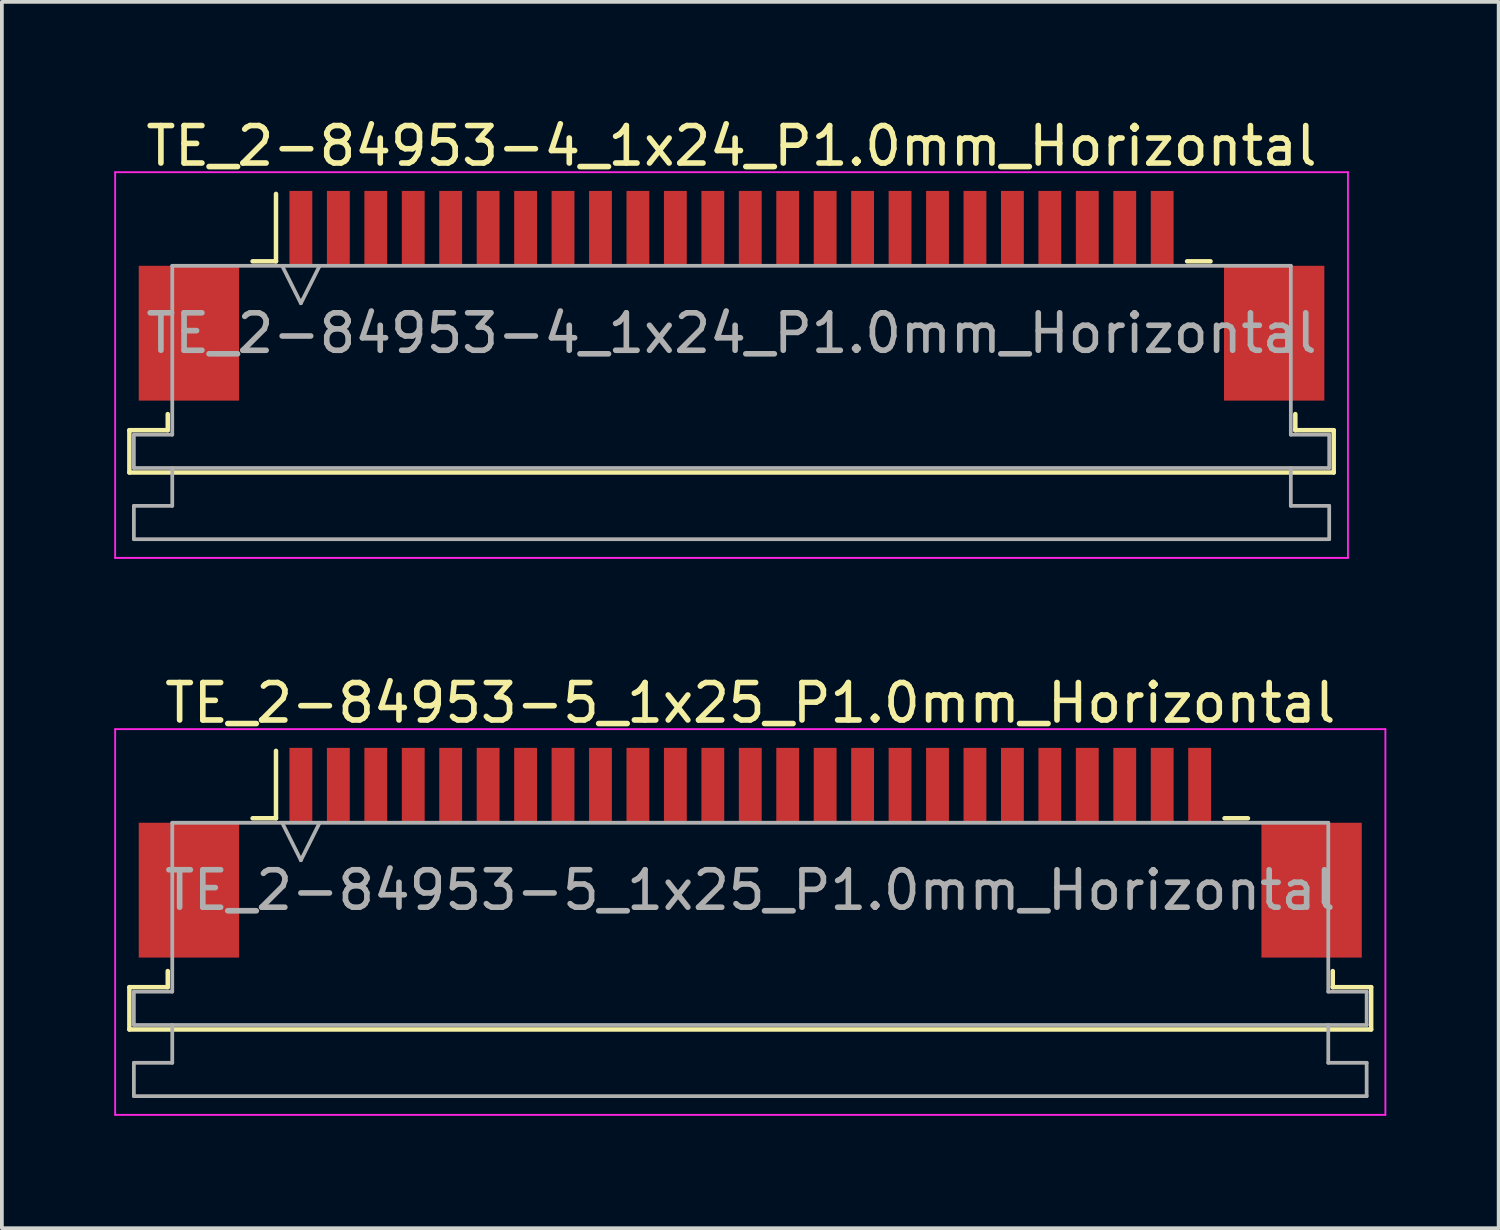
<source format=kicad_pcb>
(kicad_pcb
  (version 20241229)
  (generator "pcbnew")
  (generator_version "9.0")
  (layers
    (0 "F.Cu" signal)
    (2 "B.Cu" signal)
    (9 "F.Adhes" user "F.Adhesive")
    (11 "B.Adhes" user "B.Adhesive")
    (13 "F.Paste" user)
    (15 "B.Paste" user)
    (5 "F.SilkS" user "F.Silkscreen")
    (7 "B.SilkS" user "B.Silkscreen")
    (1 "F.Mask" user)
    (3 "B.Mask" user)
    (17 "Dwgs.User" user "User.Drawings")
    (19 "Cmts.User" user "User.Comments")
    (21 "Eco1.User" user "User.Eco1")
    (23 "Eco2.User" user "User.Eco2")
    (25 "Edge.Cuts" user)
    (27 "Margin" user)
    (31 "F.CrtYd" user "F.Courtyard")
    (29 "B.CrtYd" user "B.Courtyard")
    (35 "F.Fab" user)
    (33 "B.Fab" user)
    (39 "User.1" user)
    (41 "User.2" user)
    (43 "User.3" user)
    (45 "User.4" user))
  (footprint "TE_2-84953-5_1x25_P1.0mm_Horizontal"
    (layer "F.Cu")
    (at 16.985 19.721)
    (property "Reference" "TE_2-84953-5_1x25_P1.0mm_Horizontal" (at 0 -4 0) (layer "F.SilkS") (effects (font (size 1 1) (thickness 0.15))))
    (attr smd)
    (fp_line (start -16.58 3.59) (end -15.555 3.59) (stroke (width 0.12) (type solid)) (layer "F.SilkS"))
    (fp_line (start -16.58 4.72) (end -16.58 3.59) (stroke (width 0.12) (type solid)) (layer "F.SilkS"))
    (fp_line (start -15.555 3.59) (end -15.555 3.16) (stroke (width 0.12) (type solid)) (layer "F.SilkS"))
    (fp_line (start -13.29 -0.92) (end -12.665 -0.92) (stroke (width 0.12) (type solid)) (layer "F.SilkS"))
    (fp_line (start -12.665 -0.92) (end -12.665 -2.72) (stroke (width 0.12) (type solid)) (layer "F.SilkS"))
    (fp_line (start 12.665 -0.92) (end 13.29 -0.92) (stroke (width 0.12) (type solid)) (layer "F.SilkS"))
    (fp_line (start 15.555 3.16) (end 15.555 3.59) (stroke (width 0.12) (type solid)) (layer "F.SilkS"))
    (fp_line (start 15.555 3.59) (end 16.58 3.59) (stroke (width 0.12) (type solid)) (layer "F.SilkS"))
    (fp_line (start 16.58 3.59) (end 16.58 4.72) (stroke (width 0.12) (type solid)) (layer "F.SilkS"))
    (fp_line (start 16.58 4.72) (end -16.58 4.72) (stroke (width 0.12) (type solid)) (layer "F.SilkS"))
    (fp_line (start -16.96 -3.3) (end -16.96 7) (stroke (width 0.05) (type solid)) (layer "F.CrtYd"))
    (fp_line (start -16.96 7) (end 16.96 7) (stroke (width 0.05) (type solid)) (layer "F.CrtYd"))
    (fp_line (start 16.96 -3.3) (end -16.96 -3.3) (stroke (width 0.05) (type solid)) (layer "F.CrtYd"))
    (fp_line (start 16.96 7) (end 16.96 -3.3) (stroke (width 0.05) (type solid)) (layer "F.CrtYd"))
    (fp_line (start -16.46 3.71) (end -15.435 3.71) (stroke (width 0.1) (type solid)) (layer "F.Fab"))
    (fp_line (start -16.46 4.6) (end -16.46 3.71) (stroke (width 0.1) (type solid)) (layer "F.Fab"))
    (fp_line (start -16.46 5.61) (end -15.435 5.61) (stroke (width 0.1) (type solid)) (layer "F.Fab"))
    (fp_line (start -16.46 6.5) (end -16.46 5.61) (stroke (width 0.1) (type solid)) (layer "F.Fab"))
    (fp_line (start -15.435 -0.8) (end 15.435 -0.8) (stroke (width 0.1) (type solid)) (layer "F.Fab"))
    (fp_line (start -15.435 3.71) (end -15.435 -0.8) (stroke (width 0.1) (type solid)) (layer "F.Fab"))
    (fp_line (start -15.435 5.61) (end -15.435 4.6) (stroke (width 0.1) (type solid)) (layer "F.Fab"))
    (fp_line (start -12.5 -0.8) (end -12 0.2) (stroke (width 0.1) (type solid)) (layer "F.Fab"))
    (fp_line (start -12 0.2) (end -11.5 -0.8) (stroke (width 0.1) (type solid)) (layer "F.Fab"))
    (fp_line (start 15.435 -0.8) (end 15.435 3.71) (stroke (width 0.1) (type solid)) (layer "F.Fab"))
    (fp_line (start 15.435 3.71) (end 16.46 3.71) (stroke (width 0.1) (type solid)) (layer "F.Fab"))
    (fp_line (start 15.435 4.6) (end 15.435 5.61) (stroke (width 0.1) (type solid)) (layer "F.Fab"))
    (fp_line (start 15.435 5.61) (end 16.46 5.61) (stroke (width 0.1) (type solid)) (layer "F.Fab"))
    (fp_line (start 16.46 3.71) (end 16.46 4.6) (stroke (width 0.1) (type solid)) (layer "F.Fab"))
    (fp_line (start 16.46 4.6) (end -16.46 4.6) (stroke (width 0.1) (type solid)) (layer "F.Fab"))
    (fp_line (start 16.46 5.61) (end 16.46 6.5) (stroke (width 0.1) (type solid)) (layer "F.Fab"))
    (fp_line (start 16.46 6.5) (end -16.46 6.5) (stroke (width 0.1) (type solid)) (layer "F.Fab"))
    (fp_text user "${REFERENCE}" (at 0 1 0) (layer "F.Fab") (effects (font (size 1 1) (thickness 0.15))))
    (pad "" smd rect (at -14.99 1) (size 2.68 3.6) (layers "F.Cu" "F.Mask" "F.Paste"))
    (pad "" smd rect (at 14.99 1) (size 2.68 3.6) (layers "F.Cu" "F.Mask" "F.Paste"))
    (pad "1" smd rect (at -12 -1.8) (size 0.61 2) (layers "F.Cu" "F.Mask" "F.Paste"))
    (pad "2" smd rect (at -11 -1.8) (size 0.61 2) (layers "F.Cu" "F.Mask" "F.Paste"))
    (pad "3" smd rect (at -10 -1.8) (size 0.61 2) (layers "F.Cu" "F.Mask" "F.Paste"))
    (pad "4" smd rect (at -9 -1.8) (size 0.61 2) (layers "F.Cu" "F.Mask" "F.Paste"))
    (pad "5" smd rect (at -8 -1.8) (size 0.61 2) (layers "F.Cu" "F.Mask" "F.Paste"))
    (pad "6" smd rect (at -7 -1.8) (size 0.61 2) (layers "F.Cu" "F.Mask" "F.Paste"))
    (pad "7" smd rect (at -6 -1.8) (size 0.61 2) (layers "F.Cu" "F.Mask" "F.Paste"))
    (pad "8" smd rect (at -5 -1.8) (size 0.61 2) (layers "F.Cu" "F.Mask" "F.Paste"))
    (pad "9" smd rect (at -4 -1.8) (size 0.61 2) (layers "F.Cu" "F.Mask" "F.Paste"))
    (pad "10" smd rect (at -3 -1.8) (size 0.61 2) (layers "F.Cu" "F.Mask" "F.Paste"))
    (pad "11" smd rect (at -2 -1.8) (size 0.61 2) (layers "F.Cu" "F.Mask" "F.Paste"))
    (pad "12" smd rect (at -1 -1.8) (size 0.61 2) (layers "F.Cu" "F.Mask" "F.Paste"))
    (pad "13" smd rect (at 0 -1.8) (size 0.61 2) (layers "F.Cu" "F.Mask" "F.Paste"))
    (pad "14" smd rect (at 1 -1.8) (size 0.61 2) (layers "F.Cu" "F.Mask" "F.Paste"))
    (pad "15" smd rect (at 2 -1.8) (size 0.61 2) (layers "F.Cu" "F.Mask" "F.Paste"))
    (pad "16" smd rect (at 3 -1.8) (size 0.61 2) (layers "F.Cu" "F.Mask" "F.Paste"))
    (pad "17" smd rect (at 4 -1.8) (size 0.61 2) (layers "F.Cu" "F.Mask" "F.Paste"))
    (pad "18" smd rect (at 5 -1.8) (size 0.61 2) (layers "F.Cu" "F.Mask" "F.Paste"))
    (pad "19" smd rect (at 6 -1.8) (size 0.61 2) (layers "F.Cu" "F.Mask" "F.Paste"))
    (pad "20" smd rect (at 7 -1.8) (size 0.61 2) (layers "F.Cu" "F.Mask" "F.Paste"))
    (pad "21" smd rect (at 8 -1.8) (size 0.61 2) (layers "F.Cu" "F.Mask" "F.Paste"))
    (pad "22" smd rect (at 9 -1.8) (size 0.61 2) (layers "F.Cu" "F.Mask" "F.Paste"))
    (pad "23" smd rect (at 10 -1.8) (size 0.61 2) (layers "F.Cu" "F.Mask" "F.Paste"))
    (pad "24" smd rect (at 11 -1.8) (size 0.61 2) (layers "F.Cu" "F.Mask" "F.Paste"))
    (pad "25" smd rect (at 12 -1.8) (size 0.61 2) (layers "F.Cu" "F.Mask" "F.Paste")))
  (footprint "TE_2-84953-4_1x24_P1.0mm_Horizontal"
    (layer "F.Cu")
    (at 16.485 4.848)
    (property "Reference" "TE_2-84953-4_1x24_P1.0mm_Horizontal" (at 0 -4 0) (layer "F.SilkS") (effects (font (size 1 1) (thickness 0.15))))
    (attr smd)
    (fp_line (start -16.08 3.59) (end -15.055 3.59) (stroke (width 0.12) (type solid)) (layer "F.SilkS"))
    (fp_line (start -16.08 4.72) (end -16.08 3.59) (stroke (width 0.12) (type solid)) (layer "F.SilkS"))
    (fp_line (start -15.055 3.59) (end -15.055 3.16) (stroke (width 0.12) (type solid)) (layer "F.SilkS"))
    (fp_line (start -12.79 -0.92) (end -12.165 -0.92) (stroke (width 0.12) (type solid)) (layer "F.SilkS"))
    (fp_line (start -12.165 -0.92) (end -12.165 -2.72) (stroke (width 0.12) (type solid)) (layer "F.SilkS"))
    (fp_line (start 12.165 -0.92) (end 12.79 -0.92) (stroke (width 0.12) (type solid)) (layer "F.SilkS"))
    (fp_line (start 15.055 3.16) (end 15.055 3.59) (stroke (width 0.12) (type solid)) (layer "F.SilkS"))
    (fp_line (start 15.055 3.59) (end 16.08 3.59) (stroke (width 0.12) (type solid)) (layer "F.SilkS"))
    (fp_line (start 16.08 3.59) (end 16.08 4.72) (stroke (width 0.12) (type solid)) (layer "F.SilkS"))
    (fp_line (start 16.08 4.72) (end -16.08 4.72) (stroke (width 0.12) (type solid)) (layer "F.SilkS"))
    (fp_line (start -16.46 -3.3) (end -16.46 7) (stroke (width 0.05) (type solid)) (layer "F.CrtYd"))
    (fp_line (start -16.46 7) (end 16.46 7) (stroke (width 0.05) (type solid)) (layer "F.CrtYd"))
    (fp_line (start 16.46 -3.3) (end -16.46 -3.3) (stroke (width 0.05) (type solid)) (layer "F.CrtYd"))
    (fp_line (start 16.46 7) (end 16.46 -3.3) (stroke (width 0.05) (type solid)) (layer "F.CrtYd"))
    (fp_line (start -15.96 3.71) (end -14.935 3.71) (stroke (width 0.1) (type solid)) (layer "F.Fab"))
    (fp_line (start -15.96 4.6) (end -15.96 3.71) (stroke (width 0.1) (type solid)) (layer "F.Fab"))
    (fp_line (start -15.96 5.61) (end -14.935 5.61) (stroke (width 0.1) (type solid)) (layer "F.Fab"))
    (fp_line (start -15.96 6.5) (end -15.96 5.61) (stroke (width 0.1) (type solid)) (layer "F.Fab"))
    (fp_line (start -14.935 -0.8) (end 14.935 -0.8) (stroke (width 0.1) (type solid)) (layer "F.Fab"))
    (fp_line (start -14.935 3.71) (end -14.935 -0.8) (stroke (width 0.1) (type solid)) (layer "F.Fab"))
    (fp_line (start -14.935 5.61) (end -14.935 4.6) (stroke (width 0.1) (type solid)) (layer "F.Fab"))
    (fp_line (start -12 -0.8) (end -11.5 0.2) (stroke (width 0.1) (type solid)) (layer "F.Fab"))
    (fp_line (start -11.5 0.2) (end -11 -0.8) (stroke (width 0.1) (type solid)) (layer "F.Fab"))
    (fp_line (start 14.935 -0.8) (end 14.935 3.71) (stroke (width 0.1) (type solid)) (layer "F.Fab"))
    (fp_line (start 14.935 3.71) (end 15.96 3.71) (stroke (width 0.1) (type solid)) (layer "F.Fab"))
    (fp_line (start 14.935 4.6) (end 14.935 5.61) (stroke (width 0.1) (type solid)) (layer "F.Fab"))
    (fp_line (start 14.935 5.61) (end 15.96 5.61) (stroke (width 0.1) (type solid)) (layer "F.Fab"))
    (fp_line (start 15.96 3.71) (end 15.96 4.6) (stroke (width 0.1) (type solid)) (layer "F.Fab"))
    (fp_line (start 15.96 4.6) (end -15.96 4.6) (stroke (width 0.1) (type solid)) (layer "F.Fab"))
    (fp_line (start 15.96 5.61) (end 15.96 6.5) (stroke (width 0.1) (type solid)) (layer "F.Fab"))
    (fp_line (start 15.96 6.5) (end -15.96 6.5) (stroke (width 0.1) (type solid)) (layer "F.Fab"))
    (fp_text user "${REFERENCE}" (at 0 1 0) (layer "F.Fab") (effects (font (size 1 1) (thickness 0.15))))
    (pad "" smd rect (at -14.49 1) (size 2.68 3.6) (layers "F.Cu" "F.Mask" "F.Paste"))
    (pad "" smd rect (at 14.49 1) (size 2.68 3.6) (layers "F.Cu" "F.Mask" "F.Paste"))
    (pad "1" smd rect (at -11.5 -1.8) (size 0.61 2) (layers "F.Cu" "F.Mask" "F.Paste"))
    (pad "2" smd rect (at -10.5 -1.8) (size 0.61 2) (layers "F.Cu" "F.Mask" "F.Paste"))
    (pad "3" smd rect (at -9.5 -1.8) (size 0.61 2) (layers "F.Cu" "F.Mask" "F.Paste"))
    (pad "4" smd rect (at -8.5 -1.8) (size 0.61 2) (layers "F.Cu" "F.Mask" "F.Paste"))
    (pad "5" smd rect (at -7.5 -1.8) (size 0.61 2) (layers "F.Cu" "F.Mask" "F.Paste"))
    (pad "6" smd rect (at -6.5 -1.8) (size 0.61 2) (layers "F.Cu" "F.Mask" "F.Paste"))
    (pad "7" smd rect (at -5.5 -1.8) (size 0.61 2) (layers "F.Cu" "F.Mask" "F.Paste"))
    (pad "8" smd rect (at -4.5 -1.8) (size 0.61 2) (layers "F.Cu" "F.Mask" "F.Paste"))
    (pad "9" smd rect (at -3.5 -1.8) (size 0.61 2) (layers "F.Cu" "F.Mask" "F.Paste"))
    (pad "10" smd rect (at -2.5 -1.8) (size 0.61 2) (layers "F.Cu" "F.Mask" "F.Paste"))
    (pad "11" smd rect (at -1.5 -1.8) (size 0.61 2) (layers "F.Cu" "F.Mask" "F.Paste"))
    (pad "12" smd rect (at -0.5 -1.8) (size 0.61 2) (layers "F.Cu" "F.Mask" "F.Paste"))
    (pad "13" smd rect (at 0.5 -1.8) (size 0.61 2) (layers "F.Cu" "F.Mask" "F.Paste"))
    (pad "14" smd rect (at 1.5 -1.8) (size 0.61 2) (layers "F.Cu" "F.Mask" "F.Paste"))
    (pad "15" smd rect (at 2.5 -1.8) (size 0.61 2) (layers "F.Cu" "F.Mask" "F.Paste"))
    (pad "16" smd rect (at 3.5 -1.8) (size 0.61 2) (layers "F.Cu" "F.Mask" "F.Paste"))
    (pad "17" smd rect (at 4.5 -1.8) (size 0.61 2) (layers "F.Cu" "F.Mask" "F.Paste"))
    (pad "18" smd rect (at 5.5 -1.8) (size 0.61 2) (layers "F.Cu" "F.Mask" "F.Paste"))
    (pad "19" smd rect (at 6.5 -1.8) (size 0.61 2) (layers "F.Cu" "F.Mask" "F.Paste"))
    (pad "20" smd rect (at 7.5 -1.8) (size 0.61 2) (layers "F.Cu" "F.Mask" "F.Paste"))
    (pad "21" smd rect (at 8.5 -1.8) (size 0.61 2) (layers "F.Cu" "F.Mask" "F.Paste"))
    (pad "22" smd rect (at 9.5 -1.8) (size 0.61 2) (layers "F.Cu" "F.Mask" "F.Paste"))
    (pad "23" smd rect (at 10.5 -1.8) (size 0.61 2) (layers "F.Cu" "F.Mask" "F.Paste"))
    (pad "24" smd rect (at 11.5 -1.8) (size 0.61 2) (layers "F.Cu" "F.Mask" "F.Paste")))
  (gr_rect
    (start -3 -3)
    (end 36.97 29.747)
    (stroke (width 0.1) (type default))
    (fill no)
    (layer "Edge.Cuts")))
</source>
